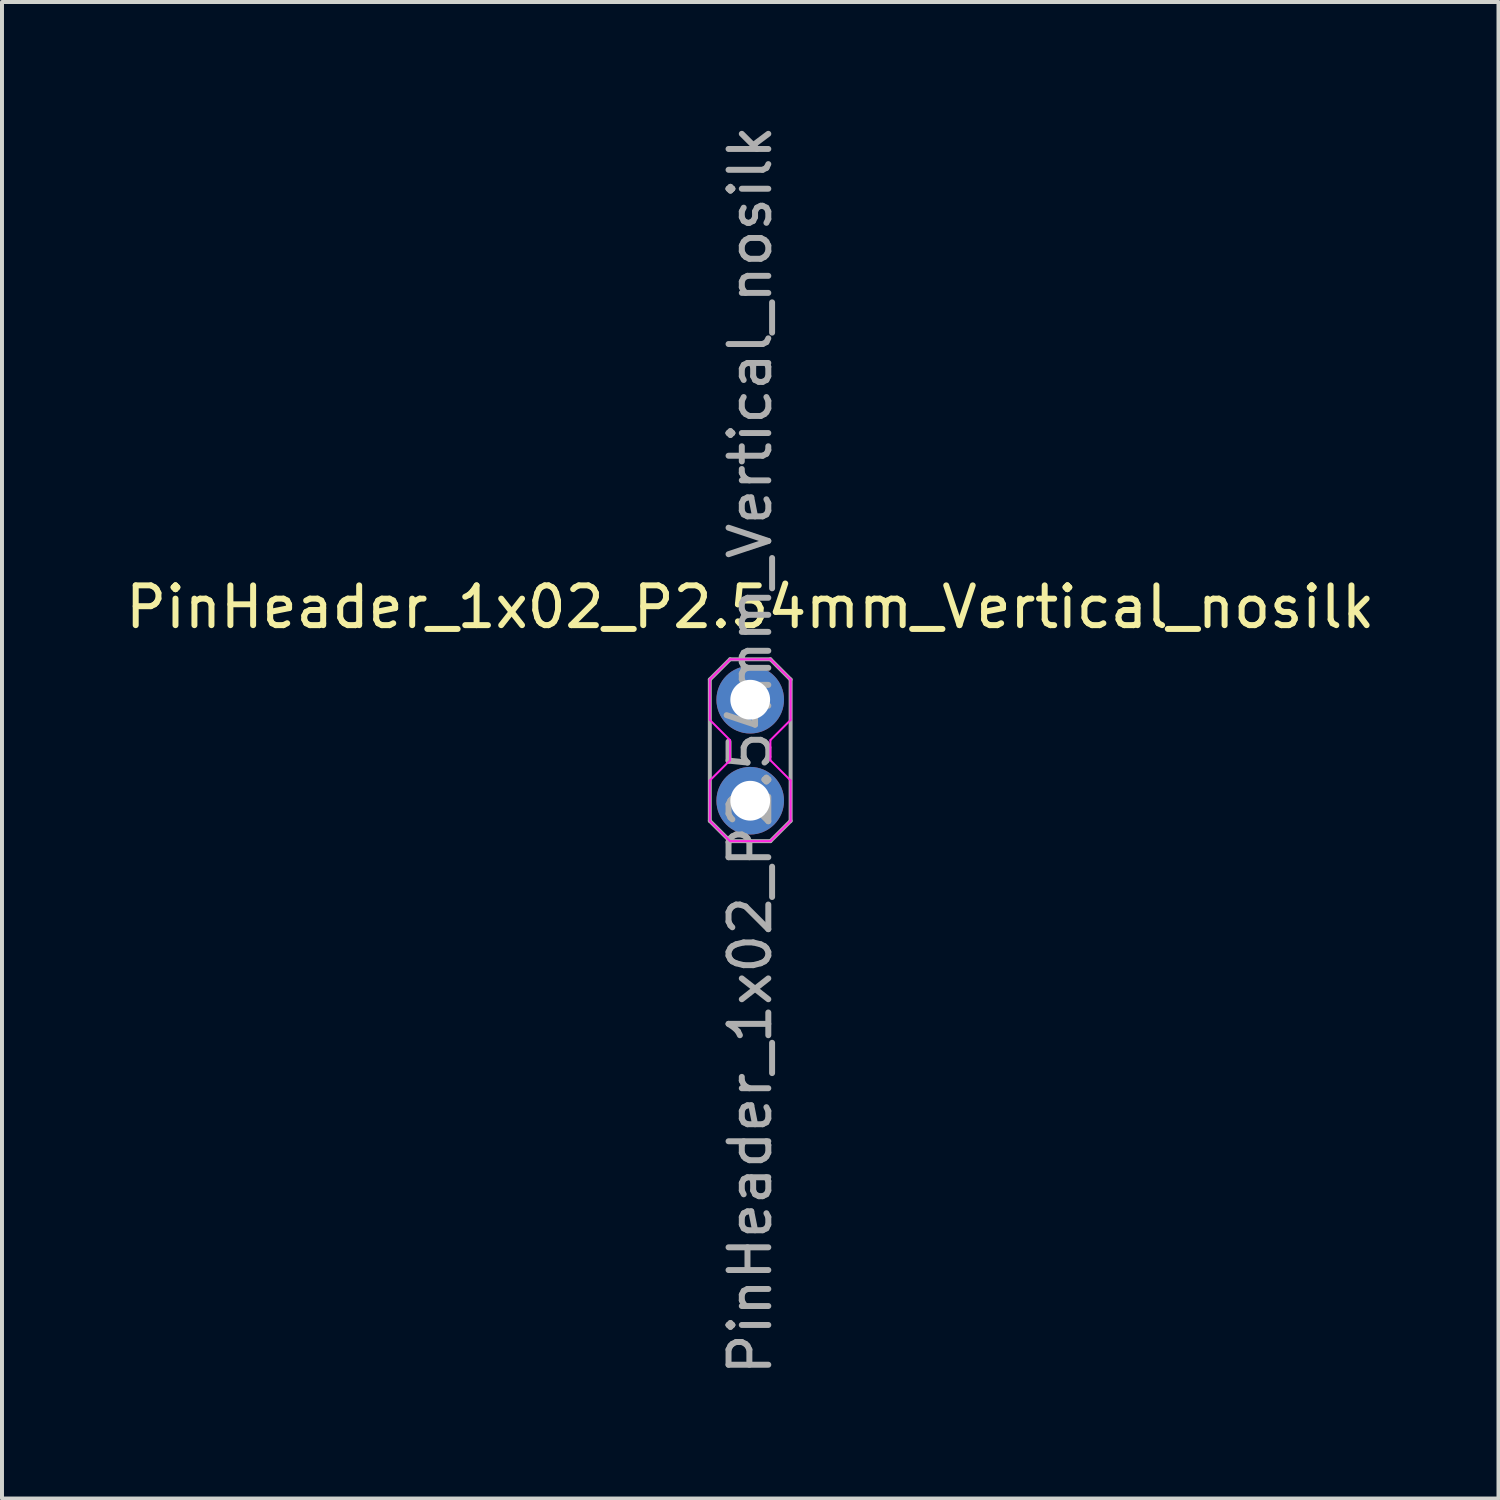
<source format=kicad_pcb>
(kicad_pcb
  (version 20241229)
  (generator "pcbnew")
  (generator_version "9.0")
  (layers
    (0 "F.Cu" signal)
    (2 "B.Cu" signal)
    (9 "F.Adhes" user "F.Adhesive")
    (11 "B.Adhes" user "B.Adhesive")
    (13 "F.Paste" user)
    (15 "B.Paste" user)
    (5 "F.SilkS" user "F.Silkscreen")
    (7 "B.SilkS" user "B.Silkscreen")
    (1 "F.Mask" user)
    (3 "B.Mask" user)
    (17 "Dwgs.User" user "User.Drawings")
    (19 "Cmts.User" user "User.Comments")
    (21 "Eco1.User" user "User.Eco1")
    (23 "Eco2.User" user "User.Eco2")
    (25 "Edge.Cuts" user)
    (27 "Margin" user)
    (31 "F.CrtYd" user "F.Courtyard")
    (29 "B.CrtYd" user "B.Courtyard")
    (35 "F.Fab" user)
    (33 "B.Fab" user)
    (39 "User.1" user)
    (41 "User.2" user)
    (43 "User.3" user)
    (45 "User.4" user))
  (footprint "PinHeader_1x02_P2.54mm_Vertical_nosilk"
    (layer "F.Cu")
    (at 15.815 14.545)
    (property "Reference" "PinHeader_1x02_P2.54mm_Vertical_nosilk" (at 0 -2.33 0) (layer "F.SilkS") (effects (font (size 1 1) (thickness 0.15))))
    (attr through_hole)
    (fp_line (start -1.016 -0.508) (end -1.016 0.508) (stroke (width 0.05) (type solid)) (layer "F.CrtYd"))
    (fp_line (start -1.016 2.032) (end -1.016 3.048) (stroke (width 0.05) (type solid)) (layer "F.CrtYd"))
    (fp_line (start -0.508 -1.016) (end -1.016 -0.508) (stroke (width 0.05) (type solid)) (layer "F.CrtYd"))
    (fp_line (start -0.508 1.016) (end -1.016 0.508) (stroke (width 0.05) (type solid)) (layer "F.CrtYd"))
    (fp_line (start -0.508 1.016) (end -0.508 1.524) (stroke (width 0.05) (type solid)) (layer "F.CrtYd"))
    (fp_line (start -0.508 1.524) (end -1.016 2.032) (stroke (width 0.05) (type solid)) (layer "F.CrtYd"))
    (fp_line (start -0.508 3.556) (end -1.016 3.048) (stroke (width 0.05) (type solid)) (layer "F.CrtYd"))
    (fp_line (start -0.508 3.556) (end 0.508 3.556) (stroke (width 0.05) (type solid)) (layer "F.CrtYd"))
    (fp_line (start 0.508 -1.016) (end -0.508 -1.016) (stroke (width 0.05) (type solid)) (layer "F.CrtYd"))
    (fp_line (start 0.508 1.016) (end 0.508 1.524) (stroke (width 0.05) (type solid)) (layer "F.CrtYd"))
    (fp_line (start 1.016 -0.508) (end 0.508 -1.016) (stroke (width 0.05) (type solid)) (layer "F.CrtYd"))
    (fp_line (start 1.016 0.508) (end 0.508 1.016) (stroke (width 0.05) (type solid)) (layer "F.CrtYd"))
    (fp_line (start 1.016 0.508) (end 1.016 -0.508) (stroke (width 0.05) (type solid)) (layer "F.CrtYd"))
    (fp_line (start 1.016 2.032) (end 0.508 1.524) (stroke (width 0.05) (type solid)) (layer "F.CrtYd"))
    (fp_line (start 1.016 2.032) (end 1.016 3.048) (stroke (width 0.05) (type solid)) (layer "F.CrtYd"))
    (fp_line (start 1.016 3.048) (end 0.508 3.556) (stroke (width 0.05) (type solid)) (layer "F.CrtYd"))
    (fp_line (start -1.016 -0.508) (end -0.508 -1.016) (stroke (width 0.1) (type solid)) (layer "F.Fab"))
    (fp_line (start -1.016 3.048) (end -1.016 -0.508) (stroke (width 0.1) (type solid)) (layer "F.Fab"))
    (fp_line (start -1.016 3.048) (end -0.508 3.556) (stroke (width 0.1) (type solid)) (layer "F.Fab"))
    (fp_line (start -0.508 -1.016) (end 0.508 -1.016) (stroke (width 0.1) (type solid)) (layer "F.Fab"))
    (fp_line (start 0.508 -1.016) (end 1.016 -0.508) (stroke (width 0.1) (type solid)) (layer "F.Fab"))
    (fp_line (start 0.508 3.556) (end -0.508 3.556) (stroke (width 0.1) (type solid)) (layer "F.Fab"))
    (fp_line (start 0.508 3.556) (end 1.016 3.048) (stroke (width 0.1) (type solid)) (layer "F.Fab"))
    (fp_line (start 1.016 -0.508) (end 1.016 3.048) (stroke (width 0.1) (type solid)) (layer "F.Fab"))
    (fp_text user "${REFERENCE}" (at 0 1.27 90) (layer "F.Fab") (effects (font (size 1 1) (thickness 0.15))))
    (pad "1" thru_hole oval (at 0 0) (size 1.7 1.7) (drill 1) (layers "*.Cu" "*.Mask"))
    (pad "2" thru_hole oval (at 0 2.54) (size 1.7 1.7) (drill 1) (layers "*.Cu" "*.Mask")))
  (gr_rect
    (start -3 -3)
    (end 34.631 34.631)
    (stroke (width 0.1) (type default))
    (fill no)
    (layer "Edge.Cuts")))
</source>
